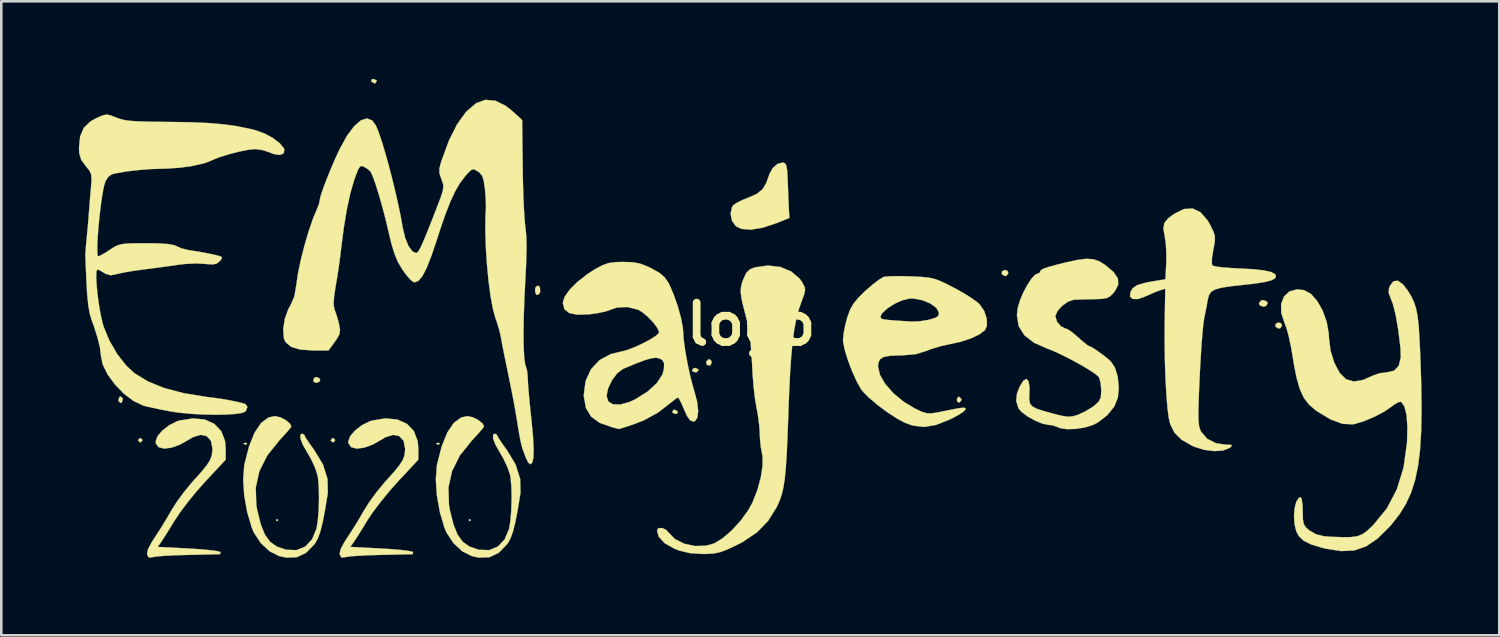
<source format=kicad_pcb>
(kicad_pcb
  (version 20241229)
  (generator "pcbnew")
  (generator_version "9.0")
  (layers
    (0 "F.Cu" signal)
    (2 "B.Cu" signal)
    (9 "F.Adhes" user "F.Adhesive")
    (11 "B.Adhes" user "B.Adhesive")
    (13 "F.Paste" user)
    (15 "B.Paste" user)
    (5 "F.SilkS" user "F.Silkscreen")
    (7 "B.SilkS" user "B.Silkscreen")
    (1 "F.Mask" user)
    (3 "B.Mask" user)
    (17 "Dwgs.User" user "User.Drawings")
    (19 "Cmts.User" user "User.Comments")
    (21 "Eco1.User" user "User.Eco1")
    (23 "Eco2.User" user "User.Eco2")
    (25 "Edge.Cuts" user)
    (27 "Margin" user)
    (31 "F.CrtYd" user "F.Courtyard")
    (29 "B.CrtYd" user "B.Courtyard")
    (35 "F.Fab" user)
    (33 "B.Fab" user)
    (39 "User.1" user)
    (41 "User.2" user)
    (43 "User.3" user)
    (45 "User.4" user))
  (footprint "logo"
    (layer "F.Cu")
    (at 25.998 9.488)
    (property "Reference" "logo" (at 0 0 0) (layer "F.SilkS") (effects (font (size 1.524 1.524) (thickness 0.3))))
    (attr through_hole)
    (fp_poly (pts (xy -18.288 7.578) (xy -18.33 7.62) (xy -18.373 7.578) (xy -18.33 7.535) (xy -18.288 7.578)) (stroke (width 0.01) (type solid)) (fill yes) (layer "F.SilkS"))
    (fp_poly (pts (xy -10.837 7.578) (xy -10.88 7.62) (xy -10.922 7.578) (xy -10.88 7.535) (xy -10.837 7.578)) (stroke (width 0.01) (type solid)) (fill yes) (layer "F.SilkS"))
    (fp_poly (pts (xy -19.502 4.6) (xy -19.513 4.651) (xy -19.558 4.657) (xy -19.628 4.626) (xy -19.614 4.6) (xy -19.514 4.59) (xy -19.502 4.6)) (stroke (width 0.01) (type solid)) (fill yes) (layer "F.SilkS"))
    (fp_poly (pts (xy -12.051 4.6) (xy -12.063 4.651) (xy -12.107 4.657) (xy -12.177 4.626) (xy -12.164 4.6) (xy -12.063 4.59) (xy -12.051 4.6)) (stroke (width 0.01) (type solid)) (fill yes) (layer "F.SilkS"))
    (fp_poly (pts (xy -16.666 2.119) (xy -16.686 2.216) (xy -16.802 2.271) (xy -16.915 2.23) (xy -16.933 2.159) (xy -16.872 2.052) (xy -16.785 2.048) (xy -16.666 2.119)) (stroke (width 0.01) (type solid)) (fill yes) (layer "F.SilkS"))
    (fp_poly (pts (xy -24.309 2.863) (xy -24.299 2.921) (xy -24.345 3.034) (xy -24.384 3.048) (xy -24.459 2.979) (xy -24.469 2.921) (xy -24.423 2.808) (xy -24.384 2.794) (xy -24.309 2.863)) (stroke (width 0.01) (type solid)) (fill yes) (layer "F.SilkS"))
    (fp_poly (pts (xy -23.54 4.467) (xy -23.537 4.487) (xy -23.602 4.57) (xy -23.622 4.572) (xy -23.704 4.508) (xy -23.707 4.487) (xy -23.642 4.405) (xy -23.622 4.403) (xy -23.54 4.467)) (stroke (width 0.01) (type solid)) (fill yes) (layer "F.SilkS"))
    (fp_poly (pts (xy -16.089 4.467) (xy -16.087 4.487) (xy -16.151 4.57) (xy -16.171 4.572) (xy -16.254 4.508) (xy -16.256 4.487) (xy -16.192 4.405) (xy -16.171 4.403) (xy -16.089 4.467)) (stroke (width 0.01) (type solid)) (fill yes) (layer "F.SilkS"))
    (fp_poly (pts (xy -14.494 -9.438) (xy -14.478 -9.398) (xy -14.539 -9.316) (xy -14.558 -9.313) (xy -14.672 -9.375) (xy -14.69 -9.398) (xy -14.67 -9.47) (xy -14.61 -9.483) (xy -14.494 -9.438)) (stroke (width 0.01) (type solid)) (fill yes) (layer "F.SilkS"))
    (fp_poly (pts (xy -8.162 -1.405) (xy -8.158 -1.236) (xy -8.199 -1.165) (xy -8.291 -1.13) (xy -8.348 -1.219) (xy -8.352 -1.388) (xy -8.311 -1.459) (xy -8.219 -1.494) (xy -8.162 -1.405)) (stroke (width 0.01) (type solid)) (fill yes) (layer "F.SilkS"))
    (fp_poly (pts (xy -2.854 3.364) (xy -2.836 3.387) (xy -2.856 3.459) (xy -2.916 3.471) (xy -3.032 3.427) (xy -3.048 3.387) (xy -2.987 3.304) (xy -2.968 3.302) (xy -2.854 3.364)) (stroke (width 0.01) (type solid)) (fill yes) (layer "F.SilkS"))
    (fp_poly (pts (xy -2.046 1.739) (xy -2.032 1.778) (xy -2.101 1.853) (xy -2.159 1.863) (xy -2.272 1.817) (xy -2.286 1.778) (xy -2.217 1.703) (xy -2.159 1.693) (xy -2.046 1.739)) (stroke (width 0.01) (type solid)) (fill yes) (layer "F.SilkS"))
    (fp_poly (pts (xy -1.533 1.423) (xy -1.524 1.482) (xy -1.576 1.598) (xy -1.693 1.578) (xy -1.719 1.555) (xy -1.736 1.449) (xy -1.651 1.363) (xy -1.604 1.355) (xy -1.533 1.423)) (stroke (width 0.01) (type solid)) (fill yes) (layer "F.SilkS"))
    (fp_poly (pts (xy 8.137 2.898) (xy 8.141 2.921) (xy 8.075 3.02) (xy 8.05 3.032) (xy 7.972 2.991) (xy 7.959 2.921) (xy 8.002 2.816) (xy 8.05 2.81) (xy 8.137 2.898)) (stroke (width 0.01) (type solid)) (fill yes) (layer "F.SilkS"))
    (fp_poly (pts (xy 9.907 -2.073) (xy 9.952 -1.976) (xy 9.889 -1.881) (xy 9.821 -1.863) (xy 9.711 -1.924) (xy 9.698 -1.941) (xy 9.703 -2.042) (xy 9.805 -2.095) (xy 9.907 -2.073)) (stroke (width 0.01) (type solid)) (fill yes) (layer "F.SilkS"))
    (fp_poly (pts (xy 19.95 -0.878) (xy 19.981 -0.804) (xy 19.911 -0.701) (xy 19.812 -0.677) (xy 19.674 -0.73) (xy 19.643 -0.804) (xy 19.713 -0.908) (xy 19.812 -0.931) (xy 19.95 -0.878)) (stroke (width 0.01) (type solid)) (fill yes) (layer "F.SilkS"))
    (fp_poly (pts (xy 20.491 -0.041) (xy 20.536 0.056) (xy 20.472 0.151) (xy 20.405 0.169) (xy 20.294 0.108) (xy 20.281 0.091) (xy 20.287 -0.01) (xy 20.389 -0.063) (xy 20.491 -0.041)) (stroke (width 0.01) (type solid)) (fill yes) (layer "F.SilkS"))
    (fp_poly (pts (xy 1.243 -6.25) (xy 1.32 -6.214) (xy 1.369 -6.117) (xy 1.399 -5.927) (xy 1.416 -5.61) (xy 1.42 -5.502) (xy 1.434 -5.12) (xy 1.448 -4.759) (xy 1.46 -4.485) (xy 1.463 -4.446) (xy 1.482 -4.109) (xy 0.974 -3.904) (xy 0.449 -3.73) (xy -0.007 -3.656) (xy -0.37 -3.685) (xy -0.587 -3.788) (xy -0.741 -4.005) (xy -0.793 -4.278) (xy -0.734 -4.534) (xy -0.69 -4.599) (xy -0.56 -4.691) (xy -0.325 -4.807) (xy -0.092 -4.901) (xy 0.225 -5.042) (xy 0.439 -5.215) (xy 0.592 -5.468) (xy 0.712 -5.81) (xy 0.836 -6.035) (xy 1.024 -6.199) (xy 1.221 -6.253) (xy 1.243 -6.25)) (stroke (width 0.01) (type solid)) (fill yes) (layer "F.SilkS"))
    (fp_poly (pts (xy -21.131 3.687) (xy -20.761 3.853) (xy -20.493 4.132) (xy -20.345 4.515) (xy -20.32 4.79) (xy -20.32 5.24) (xy -21.103 6.08) (xy -21.443 6.463) (xy -21.783 6.879) (xy -22.081 7.275) (xy -22.29 7.587) (xy -22.485 7.906) (xy -22.661 8.187) (xy -22.789 8.386) (xy -22.822 8.434) (xy -22.951 8.614) (xy -21.762 8.675) (xy -21.331 8.702) (xy -20.963 8.735) (xy -20.689 8.77) (xy -20.542 8.803) (xy -20.527 8.813) (xy -20.529 8.889) (xy -20.548 8.895) (xy -20.653 8.898) (xy -20.895 8.904) (xy -21.241 8.912) (xy -21.658 8.921) (xy -21.802 8.924) (xy -22.242 8.937) (xy -22.627 8.956) (xy -22.924 8.977) (xy -23.096 9) (xy -23.118 9.007) (xy -23.263 9.027) (xy -23.309 9.006) (xy -23.364 8.884) (xy -23.324 8.702) (xy -23.183 8.434) (xy -23.046 8.223) (xy -22.828 7.887) (xy -22.59 7.496) (xy -22.416 7.197) (xy -22.208 6.868) (xy -21.931 6.491) (xy -21.639 6.135) (xy -21.574 6.063) (xy -21.263 5.717) (xy -21.053 5.458) (xy -20.924 5.255) (xy -20.857 5.075) (xy -20.833 4.886) (xy -20.831 4.815) (xy -20.888 4.514) (xy -21.051 4.331) (xy -21.292 4.28) (xy -21.587 4.37) (xy -21.694 4.435) (xy -22.068 4.649) (xy -22.413 4.776) (xy -22.704 4.812) (xy -22.915 4.757) (xy -23.022 4.608) (xy -23.029 4.537) (xy -22.957 4.333) (xy -22.766 4.11) (xy -22.5 3.905) (xy -22.201 3.756) (xy -22.121 3.73) (xy -21.59 3.643) (xy -21.131 3.687)) (stroke (width 0.01) (type solid)) (fill yes) (layer "F.SilkS"))
    (fp_poly (pts (xy -18.208 3.601) (xy -17.993 3.711) (xy -17.831 3.847) (xy -17.78 3.954) (xy -17.834 4.036) (xy -17.979 4.205) (xy -18.185 4.431) (xy -18.242 4.491) (xy -18.712 5.078) (xy -19.016 5.685) (xy -19.156 6.318) (xy -19.135 6.988) (xy -19.098 7.195) (xy -18.963 7.738) (xy -18.804 8.136) (xy -18.603 8.416) (xy -18.342 8.601) (xy -18.002 8.718) (xy -17.978 8.724) (xy -17.581 8.739) (xy -17.243 8.601) (xy -16.98 8.322) (xy -16.81 7.916) (xy -16.758 7.606) (xy -16.724 7.192) (xy -16.711 6.737) (xy -16.719 6.301) (xy -16.75 5.945) (xy -16.771 5.829) (xy -16.87 5.534) (xy -17.029 5.195) (xy -17.151 4.985) (xy -17.337 4.662) (xy -17.43 4.417) (xy -17.426 4.269) (xy -17.357 4.233) (xy -17.274 4.283) (xy -17.272 4.298) (xy -17.225 4.393) (xy -17.099 4.584) (xy -16.922 4.831) (xy -16.895 4.868) (xy -16.558 5.425) (xy -16.382 5.979) (xy -16.369 6.518) (xy -16.373 6.549) (xy -16.474 7.17) (xy -16.565 7.648) (xy -16.655 8.007) (xy -16.749 8.271) (xy -16.854 8.465) (xy -16.889 8.514) (xy -17.213 8.844) (xy -17.569 9.013) (xy -17.979 9.028) (xy -18.251 8.969) (xy -18.623 8.782) (xy -18.961 8.467) (xy -19.227 8.064) (xy -19.309 7.874) (xy -19.49 7.26) (xy -19.604 6.617) (xy -19.643 6.001) (xy -19.603 5.467) (xy -19.591 5.406) (xy -19.415 4.721) (xy -19.2 4.191) (xy -18.948 3.819) (xy -18.662 3.607) (xy -18.414 3.556) (xy -18.208 3.601)) (stroke (width 0.01) (type solid)) (fill yes) (layer "F.SilkS"))
    (fp_poly (pts (xy -13.681 3.687) (xy -13.31 3.853) (xy -13.043 4.132) (xy -12.895 4.515) (xy -12.869 4.79) (xy -12.869 5.24) (xy -13.652 6.08) (xy -13.993 6.463) (xy -14.332 6.879) (xy -14.631 7.275) (xy -14.84 7.587) (xy -15.034 7.906) (xy -15.21 8.187) (xy -15.339 8.386) (xy -15.372 8.434) (xy -15.5 8.614) (xy -14.312 8.675) (xy -13.88 8.702) (xy -13.512 8.735) (xy -13.238 8.77) (xy -13.091 8.803) (xy -13.076 8.813) (xy -13.078 8.889) (xy -13.097 8.895) (xy -13.203 8.898) (xy -13.445 8.904) (xy -13.791 8.912) (xy -14.208 8.921) (xy -14.351 8.924) (xy -14.791 8.937) (xy -15.177 8.956) (xy -15.473 8.977) (xy -15.646 9) (xy -15.668 9.007) (xy -15.812 9.027) (xy -15.858 9.006) (xy -15.913 8.884) (xy -15.874 8.702) (xy -15.732 8.434) (xy -15.595 8.223) (xy -15.378 7.887) (xy -15.139 7.496) (xy -14.966 7.197) (xy -14.757 6.868) (xy -14.481 6.491) (xy -14.188 6.135) (xy -14.124 6.063) (xy -13.813 5.717) (xy -13.602 5.458) (xy -13.473 5.255) (xy -13.406 5.075) (xy -13.382 4.886) (xy -13.38 4.815) (xy -13.438 4.514) (xy -13.6 4.331) (xy -13.841 4.28) (xy -14.136 4.37) (xy -14.243 4.435) (xy -14.617 4.649) (xy -14.962 4.776) (xy -15.253 4.812) (xy -15.465 4.757) (xy -15.571 4.608) (xy -15.579 4.537) (xy -15.506 4.333) (xy -15.315 4.11) (xy -15.05 3.905) (xy -14.75 3.756) (xy -14.671 3.73) (xy -14.139 3.643) (xy -13.681 3.687)) (stroke (width 0.01) (type solid)) (fill yes) (layer "F.SilkS"))
    (fp_poly (pts (xy -10.757 3.601) (xy -10.542 3.711) (xy -10.38 3.847) (xy -10.329 3.954) (xy -10.384 4.036) (xy -10.528 4.205) (xy -10.734 4.431) (xy -10.792 4.491) (xy -11.262 5.078) (xy -11.565 5.685) (xy -11.705 6.318) (xy -11.684 6.988) (xy -11.648 7.195) (xy -11.512 7.738) (xy -11.353 8.136) (xy -11.152 8.416) (xy -10.891 8.601) (xy -10.551 8.718) (xy -10.527 8.724) (xy -10.131 8.739) (xy -9.793 8.601) (xy -9.53 8.322) (xy -9.359 7.916) (xy -9.307 7.606) (xy -9.274 7.192) (xy -9.261 6.737) (xy -9.269 6.301) (xy -9.299 5.945) (xy -9.32 5.829) (xy -9.42 5.534) (xy -9.579 5.195) (xy -9.701 4.985) (xy -9.886 4.662) (xy -9.979 4.417) (xy -9.975 4.269) (xy -9.906 4.233) (xy -9.824 4.283) (xy -9.821 4.298) (xy -9.774 4.393) (xy -9.649 4.584) (xy -9.472 4.831) (xy -9.444 4.868) (xy -9.107 5.425) (xy -8.931 5.979) (xy -8.918 6.518) (xy -8.923 6.549) (xy -9.023 7.17) (xy -9.115 7.648) (xy -9.204 8.007) (xy -9.298 8.271) (xy -9.403 8.465) (xy -9.439 8.514) (xy -9.762 8.844) (xy -10.118 9.013) (xy -10.528 9.028) (xy -10.8 8.969) (xy -11.172 8.782) (xy -11.511 8.467) (xy -11.777 8.064) (xy -11.859 7.874) (xy -12.039 7.26) (xy -12.153 6.617) (xy -12.193 6.001) (xy -12.152 5.467) (xy -12.141 5.406) (xy -11.964 4.721) (xy -11.749 4.191) (xy -11.498 3.819) (xy -11.212 3.607) (xy -10.964 3.556) (xy -10.757 3.601)) (stroke (width 0.01) (type solid)) (fill yes) (layer "F.SilkS"))
    (fp_poly (pts (xy 1.131 -2.213) (xy 1.551 -2.04) (xy 1.878 -1.762) (xy 1.976 -1.622) (xy 2.063 -1.459) (xy 2.091 -1.328) (xy 2.058 -1.166) (xy 1.964 -0.91) (xy 1.963 -0.908) (xy 1.849 -0.58) (xy 1.754 -0.22) (xy 1.674 0.191) (xy 1.608 0.673) (xy 1.553 1.247) (xy 1.507 1.932) (xy 1.468 2.748) (xy 1.437 3.598) (xy 1.408 4.392) (xy 1.378 5.038) (xy 1.344 5.558) (xy 1.303 5.974) (xy 1.252 6.308) (xy 1.188 6.582) (xy 1.109 6.817) (xy 1.012 7.036) (xy 0.992 7.075) (xy 0.657 7.612) (xy 0.233 8.048) (xy -0.312 8.416) (xy -0.571 8.55) (xy -0.93 8.718) (xy -1.203 8.819) (xy -1.451 8.87) (xy -1.738 8.886) (xy -1.883 8.887) (xy -2.365 8.856) (xy -2.773 8.758) (xy -2.963 8.684) (xy -3.34 8.471) (xy -3.569 8.224) (xy -3.639 7.98) (xy -3.581 7.888) (xy -3.444 7.882) (xy -3.289 7.951) (xy -3.197 8.048) (xy -2.946 8.309) (xy -2.587 8.49) (xy -2.169 8.58) (xy -1.739 8.567) (xy -1.421 8.476) (xy -1.093 8.276) (xy -0.737 7.966) (xy -0.393 7.587) (xy -0.102 7.183) (xy 0.055 6.896) (xy 0.242 6.417) (xy 0.375 5.929) (xy 0.445 5.478) (xy 0.445 5.11) (xy 0.423 4.999) (xy 0.373 4.729) (xy 0.343 4.397) (xy 0.339 4.26) (xy 0.32 3.946) (xy 0.27 3.555) (xy 0.206 3.202) (xy 0.149 2.861) (xy 0.098 2.414) (xy 0.058 1.922) (xy 0.038 1.521) (xy -0.016 0.707) (xy -0.119 0.032) (xy -0.178 -0.215) (xy -0.295 -0.664) (xy -0.369 -0.988) (xy -0.401 -1.226) (xy -0.394 -1.413) (xy -0.353 -1.589) (xy -0.3 -1.737) (xy -0.185 -1.984) (xy -0.046 -2.121) (xy 0.154 -2.199) (xy 0.653 -2.269) (xy 1.131 -2.213)) (stroke (width 0.01) (type solid)) (fill yes) (layer "F.SilkS"))
    (fp_poly (pts (xy 17.384 -4.328) (xy 17.654 -4.016) (xy 17.752 -3.847) (xy 17.878 -3.594) (xy 17.937 -3.407) (xy 17.938 -3.214) (xy 17.891 -2.942) (xy 17.877 -2.874) (xy 17.825 -2.548) (xy 17.823 -2.333) (xy 17.847 -2.269) (xy 17.96 -2.234) (xy 18.203 -2.201) (xy 18.539 -2.173) (xy 18.848 -2.157) (xy 19.427 -2.126) (xy 19.849 -2.079) (xy 20.127 -2.013) (xy 20.274 -1.927) (xy 20.298 -1.885) (xy 20.281 -1.787) (xy 20.149 -1.705) (xy 19.888 -1.634) (xy 19.484 -1.57) (xy 19.042 -1.52) (xy 18.542 -1.466) (xy 18.185 -1.41) (xy 17.945 -1.342) (xy 17.796 -1.252) (xy 17.711 -1.128) (xy 17.666 -0.96) (xy 17.663 -0.944) (xy 17.613 -0.668) (xy 17.548 -0.337) (xy 17.523 -0.212) (xy 17.492 -0.000045) (xy 17.458 0.348) (xy 17.422 0.801) (xy 17.388 1.327) (xy 17.357 1.892) (xy 17.349 2.05) (xy 17.322 2.667) (xy 17.305 3.139) (xy 17.3 3.489) (xy 17.306 3.741) (xy 17.325 3.92) (xy 17.356 4.048) (xy 17.397 4.144) (xy 17.634 4.427) (xy 17.982 4.605) (xy 18.347 4.659) (xy 18.548 4.666) (xy 18.602 4.695) (xy 18.533 4.765) (xy 18.505 4.786) (xy 18.256 4.886) (xy 17.909 4.909) (xy 17.518 4.858) (xy 17.133 4.738) (xy 17.06 4.705) (xy 16.649 4.467) (xy 16.377 4.201) (xy 16.213 3.871) (xy 16.154 3.622) (xy 16.104 3.238) (xy 16.062 2.719) (xy 16.028 2.101) (xy 16.005 1.416) (xy 15.994 0.701) (xy 15.996 -0.01) (xy 15.998 -0.157) (xy 16.019 -1.372) (xy 15.82 -1.312) (xy 15.62 -1.238) (xy 15.358 -1.123) (xy 15.268 -1.08) (xy 14.971 -0.975) (xy 14.759 -0.975) (xy 14.654 -1.068) (xy 14.673 -1.244) (xy 14.761 -1.393) (xy 14.937 -1.511) (xy 15.275 -1.61) (xy 15.449 -1.642) (xy 16.024 -1.736) (xy 16.058 -2.371) (xy 16.061 -2.75) (xy 16.039 -3.125) (xy 15.997 -3.403) (xy 15.947 -3.699) (xy 15.982 -3.91) (xy 16.125 -4.089) (xy 16.366 -4.269) (xy 16.741 -4.454) (xy 17.08 -4.474) (xy 17.384 -4.328)) (stroke (width 0.01) (type solid)) (fill yes) (layer "F.SilkS"))
    (fp_poly (pts (xy 5.958 -1.855) (xy 6.203 -1.848) (xy 6.605 -1.828) (xy 6.898 -1.797) (xy 7.142 -1.738) (xy 7.397 -1.635) (xy 7.724 -1.473) (xy 7.838 -1.414) (xy 8.192 -1.218) (xy 8.513 -1.019) (xy 8.753 -0.848) (xy 8.836 -0.774) (xy 9.016 -0.512) (xy 9.115 -0.216) (xy 9.121 0.058) (xy 9.049 0.225) (xy 8.84 0.389) (xy 8.508 0.548) (xy 8.101 0.683) (xy 7.706 0.768) (xy 7.342 0.848) (xy 6.97 0.96) (xy 6.799 1.027) (xy 6.373 1.158) (xy 5.864 1.205) (xy 5.8 1.206) (xy 5.396 1.219) (xy 5.133 1.265) (xy 4.984 1.357) (xy 4.92 1.51) (xy 4.911 1.641) (xy 4.986 1.965) (xy 5.194 2.319) (xy 5.509 2.675) (xy 5.907 3.003) (xy 6.344 3.266) (xy 6.609 3.391) (xy 6.805 3.448) (xy 7.007 3.446) (xy 7.292 3.396) (xy 7.318 3.39) (xy 7.733 3.306) (xy 8.011 3.254) (xy 8.179 3.232) (xy 8.264 3.236) (xy 8.294 3.264) (xy 8.297 3.296) (xy 8.226 3.375) (xy 8.037 3.5) (xy 7.767 3.647) (xy 7.686 3.686) (xy 7.156 3.896) (xy 6.692 3.974) (xy 6.257 3.923) (xy 5.942 3.81) (xy 5.621 3.636) (xy 5.254 3.395) (xy 4.887 3.12) (xy 4.562 2.845) (xy 4.323 2.604) (xy 4.259 2.521) (xy 4.087 2.218) (xy 3.913 1.834) (xy 3.755 1.421) (xy 3.632 1.03) (xy 3.564 0.712) (xy 3.556 0.607) (xy 3.582 0.341) (xy 3.65 0.000466) (xy 3.72 -0.257) (xy 5.008 -0.257) (xy 5.038 -0.218) (xy 5.128 -0.188) (xy 5.301 -0.164) (xy 5.582 -0.141) (xy 5.995 -0.115) (xy 6.249 -0.101) (xy 6.511 -0.112) (xy 6.822 -0.16) (xy 6.91 -0.18) (xy 7.146 -0.254) (xy 7.251 -0.334) (xy 7.265 -0.452) (xy 7.265 -0.456) (xy 7.163 -0.633) (xy 6.939 -0.796) (xy 6.642 -0.922) (xy 6.32 -0.988) (xy 6.109 -0.989) (xy 5.834 -0.919) (xy 5.537 -0.783) (xy 5.268 -0.609) (xy 5.075 -0.43) (xy 5.011 -0.31) (xy 5.008 -0.257) (xy 3.72 -0.257) (xy 3.721 -0.261) (xy 3.827 -0.555) (xy 3.958 -0.791) (xy 4.15 -1.024) (xy 4.419 -1.287) (xy 4.687 -1.521) (xy 4.93 -1.709) (xy 5.109 -1.819) (xy 5.145 -1.833) (xy 5.309 -1.85) (xy 5.596 -1.858) (xy 5.958 -1.855)) (stroke (width 0.01) (type solid)) (fill yes) (layer "F.SilkS"))
    (fp_poly (pts (xy -4.592 -2.397) (xy -4.302 -2.346) (xy -4.009 -2.234) (xy -3.852 -2.158) (xy -3.543 -1.984) (xy -3.341 -1.812) (xy -3.193 -1.593) (xy -3.156 -1.523) (xy -2.989 -1.136) (xy -2.836 -0.696) (xy -2.715 -0.26) (xy -2.64 0.117) (xy -2.625 0.307) (xy -2.602 0.627) (xy -2.542 1.055) (xy -2.454 1.538) (xy -2.348 2.024) (xy -2.234 2.458) (xy -2.191 2.599) (xy -2.084 3.013) (xy -2.046 3.361) (xy -2.076 3.616) (xy -2.172 3.752) (xy -2.238 3.768) (xy -2.361 3.715) (xy -2.483 3.54) (xy -2.59 3.302) (xy -2.697 3.054) (xy -2.784 2.885) (xy -2.825 2.836) (xy -2.916 2.886) (xy -3.066 3.006) (xy -3.597 3.417) (xy -4.134 3.713) (xy -4.514 3.861) (xy -4.801 3.958) (xy -5.014 4.027) (xy -5.113 4.055) (xy -5.116 4.055) (xy -5.193 4.032) (xy -5.369 3.987) (xy -5.376 3.985) (xy -5.854 3.817) (xy -6.187 3.574) (xy -6.386 3.241) (xy -6.466 2.804) (xy -6.467 2.774) (xy -5.588 2.774) (xy -5.522 2.987) (xy -5.34 3.099) (xy -5.063 3.108) (xy -4.713 3.012) (xy -4.47 2.9) (xy -3.997 2.602) (xy -3.644 2.277) (xy -3.428 1.945) (xy -3.371 1.737) (xy -3.363 1.516) (xy -3.425 1.395) (xy -3.532 1.331) (xy -3.659 1.299) (xy -3.832 1.313) (xy -4.075 1.379) (xy -4.414 1.504) (xy -4.875 1.697) (xy -4.963 1.735) (xy -5.176 1.898) (xy -5.376 2.165) (xy -5.526 2.475) (xy -5.588 2.763) (xy -5.588 2.774) (xy -6.467 2.774) (xy -6.468 2.724) (xy -6.401 2.198) (xy -6.194 1.748) (xy -5.867 1.394) (xy -5.434 1.157) (xy -5.08 1.072) (xy -4.838 1.014) (xy -4.54 0.903) (xy -4.223 0.761) (xy -3.93 0.608) (xy -3.698 0.463) (xy -3.57 0.346) (xy -3.556 0.31) (xy -3.618 0.153) (xy -3.775 -0.058) (xy -3.986 -0.279) (xy -4.21 -0.465) (xy -4.372 -0.561) (xy -4.791 -0.665) (xy -5.2 -0.642) (xy -5.431 -0.559) (xy -5.629 -0.491) (xy -5.93 -0.427) (xy -6.258 -0.382) (xy -6.716 -0.366) (xy -7.031 -0.43) (xy -7.216 -0.577) (xy -7.281 -0.812) (xy -7.281 -0.833) (xy -7.21 -1.062) (xy -7.012 -1.34) (xy -6.713 -1.638) (xy -6.338 -1.932) (xy -6.06 -2.112) (xy -5.767 -2.272) (xy -5.522 -2.361) (xy -5.248 -2.4) (xy -4.965 -2.408) (xy -4.592 -2.397)) (stroke (width 0.01) (type solid)) (fill yes) (layer "F.SilkS"))
    (fp_poly (pts (xy 13.23 -2.514) (xy 13.462 -2.436) (xy 13.694 -2.292) (xy 13.699 -2.289) (xy 14.022 -2.015) (xy 14.188 -1.766) (xy 14.201 -1.525) (xy 14.068 -1.271) (xy 14.019 -1.211) (xy 13.893 -1.083) (xy 13.755 -1.01) (xy 13.553 -0.977) (xy 13.236 -0.966) (xy 12.912 -0.96) (xy 12.634 -0.952) (xy 12.474 -0.945) (xy 12.255 -0.87) (xy 12.03 -0.708) (xy 11.85 -0.507) (xy 11.769 -0.316) (xy 11.769 -0.302) (xy 11.831 -0.101) (xy 11.979 0.078) (xy 12.155 0.168) (xy 12.179 0.169) (xy 12.292 0.223) (xy 12.48 0.362) (xy 12.648 0.508) (xy 12.854 0.689) (xy 13.01 0.812) (xy 13.073 0.847) (xy 13.184 0.896) (xy 13.381 1.022) (xy 13.617 1.194) (xy 13.848 1.381) (xy 13.902 1.428) (xy 14.071 1.674) (xy 14.181 2.03) (xy 14.221 2.445) (xy 14.187 2.837) (xy 14.046 3.187) (xy 13.776 3.522) (xy 13.417 3.798) (xy 13.231 3.895) (xy 12.917 3.994) (xy 12.558 4.051) (xy 12.213 4.06) (xy 11.941 4.018) (xy 11.853 3.979) (xy 11.67 3.914) (xy 11.516 3.896) (xy 11.273 3.848) (xy 10.978 3.726) (xy 10.685 3.562) (xy 10.451 3.385) (xy 10.339 3.247) (xy 10.254 2.964) (xy 10.283 2.683) (xy 10.389 2.413) (xy 10.53 2.184) (xy 10.648 2.117) (xy 10.732 2.205) (xy 10.77 2.441) (xy 10.766 2.64) (xy 10.757 2.883) (xy 10.782 3.052) (xy 10.867 3.173) (xy 11.04 3.268) (xy 11.327 3.362) (xy 11.683 3.46) (xy 12.017 3.543) (xy 12.246 3.578) (xy 12.428 3.567) (xy 12.617 3.513) (xy 12.628 3.509) (xy 12.919 3.376) (xy 13.209 3.2) (xy 13.252 3.168) (xy 13.437 3.006) (xy 13.523 2.845) (xy 13.544 2.607) (xy 13.544 2.551) (xy 13.521 2.286) (xy 13.466 2.079) (xy 13.438 2.029) (xy 13.3 1.913) (xy 13.047 1.747) (xy 12.717 1.554) (xy 12.351 1.355) (xy 11.987 1.171) (xy 11.663 1.024) (xy 11.48 0.954) (xy 10.946 0.72) (xy 10.57 0.428) (xy 10.349 0.073) (xy 10.282 -0.346) (xy 10.314 -0.631) (xy 10.399 -0.919) (xy 10.532 -1.232) (xy 10.692 -1.531) (xy 10.854 -1.774) (xy 10.997 -1.922) (xy 11.062 -1.947) (xy 11.166 -1.992) (xy 11.176 -2.023) (xy 11.204 -2.084) (xy 11.304 -2.145) (xy 11.501 -2.214) (xy 11.821 -2.301) (xy 12.134 -2.379) (xy 12.606 -2.483) (xy 12.958 -2.529) (xy 13.23 -2.514)) (stroke (width 0.01) (type solid)) (fill yes) (layer "F.SilkS"))
    (fp_poly (pts (xy 25.217 -1.539) (xy 25.404 -1.292) (xy 25.541 -1.062) (xy 25.645 -0.84) (xy 25.723 -0.596) (xy 25.779 -0.302) (xy 25.821 0.074) (xy 25.853 0.561) (xy 25.88 1.148) (xy 25.919 2.286) (xy 25.932 3.273) (xy 25.918 4.125) (xy 25.873 4.86) (xy 25.795 5.493) (xy 25.679 6.041) (xy 25.524 6.522) (xy 25.326 6.951) (xy 25.083 7.345) (xy 24.791 7.721) (xy 24.684 7.843) (xy 24.229 8.293) (xy 23.79 8.591) (xy 23.333 8.749) (xy 22.824 8.776) (xy 22.231 8.683) (xy 22.095 8.65) (xy 21.663 8.519) (xy 21.369 8.373) (xy 21.181 8.193) (xy 21.086 8.011) (xy 21.016 7.727) (xy 20.998 7.41) (xy 21.024 7.106) (xy 21.09 6.859) (xy 21.189 6.711) (xy 21.254 6.689) (xy 21.296 6.766) (xy 21.325 6.968) (xy 21.336 7.235) (xy 21.342 7.536) (xy 21.373 7.723) (xy 21.449 7.851) (xy 21.59 7.973) (xy 21.611 7.988) (xy 21.853 8.127) (xy 22.15 8.199) (xy 22.394 8.22) (xy 22.865 8.238) (xy 23.205 8.234) (xy 23.455 8.198) (xy 23.652 8.118) (xy 23.836 7.984) (xy 24.045 7.786) (xy 24.069 7.762) (xy 24.589 7.126) (xy 24.977 6.386) (xy 25.237 5.539) (xy 25.368 4.583) (xy 25.371 4.543) (xy 25.384 3.964) (xy 25.349 3.505) (xy 25.268 3.18) (xy 25.143 3.004) (xy 25.138 3.001) (xy 25.028 3.018) (xy 24.856 3.123) (xy 24.807 3.162) (xy 24.504 3.371) (xy 24.116 3.578) (xy 23.71 3.75) (xy 23.351 3.859) (xy 23.264 3.874) (xy 22.869 3.852) (xy 22.413 3.684) (xy 21.889 3.368) (xy 21.834 3.329) (xy 21.583 3.115) (xy 21.385 2.856) (xy 21.228 2.524) (xy 21.101 2.09) (xy 20.99 1.527) (xy 20.95 1.27) (xy 20.876 0.846) (xy 20.79 0.451) (xy 20.703 0.134) (xy 20.64 -0.029) (xy 20.506 -0.425) (xy 20.5 -0.778) (xy 20.608 -1.066) (xy 20.817 -1.264) (xy 21.112 -1.347) (xy 21.388 -1.317) (xy 21.653 -1.172) (xy 21.9 -0.893) (xy 22.11 -0.519) (xy 22.264 -0.085) (xy 22.343 0.371) (xy 22.349 0.515) (xy 22.412 1.026) (xy 22.554 1.485) (xy 22.765 1.887) (xy 23.011 2.129) (xy 23.31 2.217) (xy 23.676 2.155) (xy 24.058 1.984) (xy 24.306 1.898) (xy 24.578 1.863) (xy 24.866 1.8) (xy 25.048 1.61) (xy 25.127 1.289) (xy 25.118 0.939) (xy 25.029 0.218) (xy 24.93 -0.36) (xy 24.822 -0.785) (xy 24.751 -0.966) (xy 24.663 -1.201) (xy 24.67 -1.383) (xy 24.706 -1.479) (xy 24.845 -1.662) (xy 25.018 -1.681) (xy 25.217 -1.539)) (stroke (width 0.01) (type solid)) (fill yes) (layer "F.SilkS"))
    (fp_poly (pts (xy -24.783 -8.082) (xy -24.559 -7.994) (xy -24.553 -7.992) (xy -24.396 -7.935) (xy -24.217 -7.892) (xy -23.988 -7.862) (xy -23.681 -7.843) (xy -23.268 -7.831) (xy -22.723 -7.824) (xy -22.521 -7.823) (xy -21.695 -7.811) (xy -21.003 -7.781) (xy -20.41 -7.731) (xy -19.881 -7.657) (xy -19.383 -7.555) (xy -19.162 -7.5) (xy -18.819 -7.376) (xy -18.495 -7.2) (xy -18.232 -7.002) (xy -18.073 -6.81) (xy -18.049 -6.743) (xy -18.082 -6.601) (xy -18.232 -6.545) (xy -18.463 -6.581) (xy -18.595 -6.634) (xy -18.878 -6.73) (xy -19.167 -6.773) (xy -19.181 -6.773) (xy -19.442 -6.746) (xy -19.799 -6.674) (xy -20.189 -6.574) (xy -20.548 -6.463) (xy -20.816 -6.356) (xy -20.84 -6.343) (xy -21.157 -6.222) (xy -21.597 -6.121) (xy -22.111 -6.05) (xy -22.653 -6.015) (xy -22.775 -6.014) (xy -23.236 -5.998) (xy -23.727 -5.958) (xy -24.193 -5.901) (xy -24.577 -5.834) (xy -24.731 -5.795) (xy -24.863 -5.693) (xy -24.969 -5.528) (xy -25.025 -5.344) (xy -25.083 -5.05) (xy -25.138 -4.678) (xy -25.19 -4.262) (xy -25.233 -3.833) (xy -25.266 -3.424) (xy -25.285 -3.069) (xy -25.286 -2.799) (xy -25.268 -2.646) (xy -25.249 -2.625) (xy -25.14 -2.669) (xy -24.945 -2.782) (xy -24.799 -2.877) (xy -24.634 -2.984) (xy -24.487 -3.055) (xy -24.32 -3.099) (xy -24.093 -3.121) (xy -23.766 -3.13) (xy -23.408 -3.131) (xy -22.895 -3.124) (xy -22.533 -3.099) (xy -22.305 -3.056) (xy -22.223 -3.018) (xy -22.036 -2.936) (xy -21.769 -2.868) (xy -21.675 -2.853) (xy -21.355 -2.803) (xy -20.99 -2.735) (xy -20.843 -2.705) (xy -20.589 -2.646) (xy -20.472 -2.598) (xy -20.468 -2.536) (xy -20.543 -2.443) (xy -20.66 -2.346) (xy -20.816 -2.311) (xy -21.066 -2.325) (xy -21.134 -2.333) (xy -21.461 -2.349) (xy -21.856 -2.332) (xy -22.154 -2.299) (xy -22.523 -2.245) (xy -22.974 -2.183) (xy -23.419 -2.126) (xy -23.495 -2.116) (xy -23.874 -2.064) (xy -24.221 -2.006) (xy -24.478 -1.952) (xy -24.536 -1.936) (xy -24.775 -1.892) (xy -24.967 -1.95) (xy -25.02 -1.983) (xy -25.186 -2.08) (xy -25.282 -2.117) (xy -25.319 -2.039) (xy -25.327 -1.831) (xy -25.312 -1.528) (xy -25.277 -1.164) (xy -25.225 -0.776) (xy -25.161 -0.398) (xy -25.087 -0.067) (xy -25.042 0.091) (xy -24.818 0.632) (xy -24.516 1.153) (xy -24.168 1.6) (xy -23.856 1.89) (xy -23.334 2.212) (xy -22.701 2.469) (xy -21.941 2.669) (xy -21.039 2.816) (xy -20.828 2.84) (xy -20.531 2.881) (xy -20.203 2.937) (xy -19.896 2.999) (xy -19.659 3.056) (xy -19.551 3.094) (xy -19.479 3.198) (xy -19.541 3.362) (xy -19.545 3.369) (xy -19.667 3.428) (xy -19.925 3.47) (xy -20.286 3.495) (xy -20.718 3.503) (xy -21.189 3.494) (xy -21.665 3.468) (xy -22.115 3.424) (xy -22.448 3.374) (xy -22.83 3.301) (xy -23.178 3.227) (xy -23.439 3.166) (xy -23.512 3.146) (xy -23.887 2.968) (xy -24.262 2.684) (xy -24.605 2.329) (xy -24.888 1.941) (xy -25.078 1.554) (xy -25.146 1.214) (xy -25.181 0.913) (xy -25.278 0.511) (xy -25.422 0.062) (xy -25.493 -0.127) (xy -25.574 -0.393) (xy -25.635 -0.735) (xy -25.679 -1.186) (xy -25.708 -1.727) (xy -25.724 -2.096) (xy -25.737 -2.403) (xy -25.745 -2.608) (xy -25.748 -2.667) (xy -25.742 -2.79) (xy -25.723 -3.028) (xy -25.697 -3.302) (xy -25.661 -3.687) (xy -25.626 -4.091) (xy -25.609 -4.318) (xy -25.581 -4.679) (xy -25.547 -5.089) (xy -25.527 -5.306) (xy -25.506 -5.603) (xy -25.523 -5.795) (xy -25.594 -5.947) (xy -25.735 -6.121) (xy -25.736 -6.122) (xy -25.911 -6.364) (xy -25.983 -6.613) (xy -25.993 -6.808) (xy -25.95 -7.259) (xy -25.81 -7.593) (xy -25.554 -7.84) (xy -25.347 -7.956) (xy -25.103 -8.066) (xy -24.94 -8.107) (xy -24.783 -8.082)) (stroke (width 0.01) (type solid)) (fill yes) (layer "F.SilkS"))
    (fp_poly (pts (xy -9.888 -8.642) (xy -9.488 -8.445) (xy -9.247 -8.255) (xy -8.853 -7.897) (xy -8.832 -6.063) (xy -8.822 -5.487) (xy -8.805 -4.939) (xy -8.784 -4.45) (xy -8.759 -4.055) (xy -8.733 -3.787) (xy -8.726 -3.744) (xy -8.692 -3.411) (xy -8.683 -2.933) (xy -8.7 -2.303) (xy -8.729 -1.736) (xy -8.768 -0.958) (xy -8.792 -0.249) (xy -8.801 0.376) (xy -8.794 0.896) (xy -8.773 1.294) (xy -8.737 1.552) (xy -8.713 1.624) (xy -8.662 1.802) (xy -8.637 2.051) (xy -8.636 2.09) (xy -8.627 2.289) (xy -8.602 2.616) (xy -8.564 3.033) (xy -8.517 3.499) (xy -8.496 3.689) (xy -8.434 4.335) (xy -8.408 4.823) (xy -8.417 5.161) (xy -8.463 5.357) (xy -8.543 5.419) (xy -8.621 5.348) (xy -8.702 5.186) (xy -8.79 4.951) (xy -8.851 4.784) (xy -8.893 4.622) (xy -8.949 4.346) (xy -9.007 4.01) (xy -9.019 3.937) (xy -9.072 3.606) (xy -9.127 3.287) (xy -9.19 2.945) (xy -9.268 2.543) (xy -9.369 2.044) (xy -9.485 1.482) (xy -9.561 1.11) (xy -9.627 0.773) (xy -9.673 0.526) (xy -9.683 0.466) (xy -9.735 0.242) (xy -9.825 -0.058) (xy -9.892 -0.254) (xy -9.99 -0.614) (xy -10.079 -1.105) (xy -10.155 -1.688) (xy -10.216 -2.326) (xy -10.258 -2.981) (xy -10.278 -3.613) (xy -10.272 -4.186) (xy -10.255 -4.487) (xy -10.255 -4.684) (xy -10.271 -4.978) (xy -10.294 -5.233) (xy -10.338 -5.546) (xy -10.401 -5.739) (xy -10.504 -5.863) (xy -10.564 -5.907) (xy -10.698 -5.984) (xy -10.799 -5.982) (xy -10.918 -5.882) (xy -11.046 -5.737) (xy -11.248 -5.473) (xy -11.436 -5.155) (xy -11.623 -4.757) (xy -11.82 -4.256) (xy -12.036 -3.626) (xy -12.149 -3.276) (xy -12.359 -2.651) (xy -12.544 -2.183) (xy -12.709 -1.862) (xy -12.86 -1.678) (xy -13.003 -1.62) (xy -13.064 -1.633) (xy -13.18 -1.728) (xy -13.347 -1.922) (xy -13.502 -2.138) (xy -13.661 -2.412) (xy -13.792 -2.723) (xy -13.911 -3.116) (xy -14.017 -3.56) (xy -14.13 -4.039) (xy -14.258 -4.527) (xy -14.39 -4.99) (xy -14.515 -5.394) (xy -14.625 -5.704) (xy -14.708 -5.886) (xy -14.712 -5.893) (xy -14.832 -6.004) (xy -14.957 -6.082) (xy -15.052 -6.12) (xy -15.126 -6.095) (xy -15.198 -5.979) (xy -15.29 -5.745) (xy -15.354 -5.565) (xy -15.497 -5.073) (xy -15.633 -4.441) (xy -15.756 -3.703) (xy -15.86 -2.888) (xy -15.875 -2.752) (xy -15.916 -2.42) (xy -15.978 -2.003) (xy -16.047 -1.579) (xy -16.062 -1.498) (xy -16.128 -1.059) (xy -16.145 -0.76) (xy -16.113 -0.575) (xy -16.11 -0.567) (xy -16.036 -0.366) (xy -15.959 -0.095) (xy -15.94 -0.019) (xy -15.898 0.216) (xy -15.92 0.388) (xy -16.026 0.578) (xy -16.098 0.68) (xy -16.342 1.016) (xy -16.938 1.016) (xy -17.438 0.982) (xy -17.79 0.876) (xy -18.004 0.696) (xy -18.07 0.544) (xy -18.095 0.195) (xy -18.033 -0.207) (xy -17.899 -0.58) (xy -17.823 -0.711) (xy -17.663 -1.075) (xy -17.586 -1.533) (xy -17.526 -1.951) (xy -17.419 -2.465) (xy -17.278 -3.024) (xy -17.117 -3.574) (xy -16.951 -4.062) (xy -16.797 -4.431) (xy -16.712 -4.648) (xy -16.679 -4.816) (xy -16.647 -4.962) (xy -16.559 -5.224) (xy -16.431 -5.565) (xy -16.278 -5.947) (xy -16.114 -6.333) (xy -15.953 -6.685) (xy -15.911 -6.773) (xy -15.63 -7.282) (xy -15.356 -7.652) (xy -15.098 -7.879) (xy -14.863 -7.958) (xy -14.658 -7.883) (xy -14.515 -7.694) (xy -14.405 -7.432) (xy -14.272 -7.037) (xy -14.124 -6.542) (xy -13.97 -5.978) (xy -13.819 -5.38) (xy -13.679 -4.78) (xy -13.558 -4.211) (xy -13.47 -3.726) (xy -13.377 -3.333) (xy -13.247 -3.019) (xy -13.097 -2.815) (xy -12.958 -2.752) (xy -12.91 -2.771) (xy -12.852 -2.842) (xy -12.775 -2.982) (xy -12.672 -3.211) (xy -12.533 -3.546) (xy -12.35 -4.006) (xy -12.161 -4.491) (xy -12.02 -4.859) (xy -11.936 -5.109) (xy -11.902 -5.282) (xy -11.91 -5.417) (xy -11.955 -5.555) (xy -11.975 -5.606) (xy -12.051 -5.829) (xy -12.053 -6.026) (xy -11.987 -6.279) (xy -11.691 -7.088) (xy -11.369 -7.733) (xy -11.019 -8.217) (xy -10.638 -8.544) (xy -10.628 -8.55) (xy -10.272 -8.677) (xy -9.888 -8.642)) (stroke (width 0.01) (type solid)) (fill yes) (layer "F.SilkS")))
  (gr_rect
    (start -3 -3)
    (end 54.935 21.521)
    (stroke (width 0.1) (type default))
    (fill no)
    (layer "Edge.Cuts")))
</source>
